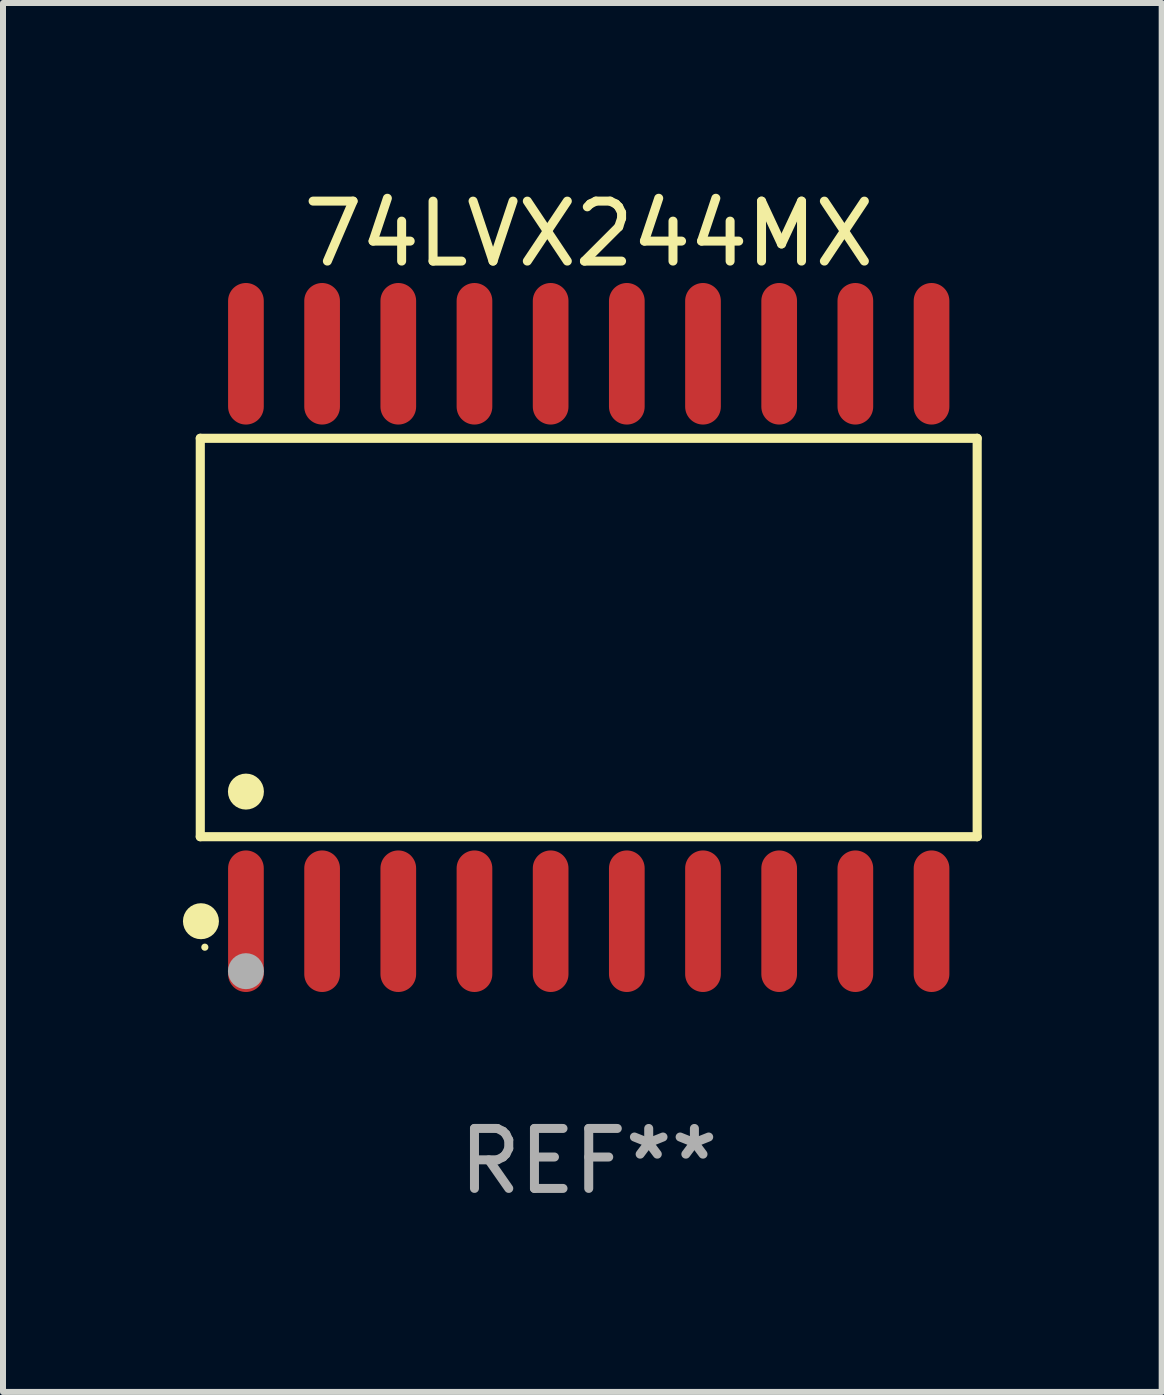
<source format=kicad_pcb>
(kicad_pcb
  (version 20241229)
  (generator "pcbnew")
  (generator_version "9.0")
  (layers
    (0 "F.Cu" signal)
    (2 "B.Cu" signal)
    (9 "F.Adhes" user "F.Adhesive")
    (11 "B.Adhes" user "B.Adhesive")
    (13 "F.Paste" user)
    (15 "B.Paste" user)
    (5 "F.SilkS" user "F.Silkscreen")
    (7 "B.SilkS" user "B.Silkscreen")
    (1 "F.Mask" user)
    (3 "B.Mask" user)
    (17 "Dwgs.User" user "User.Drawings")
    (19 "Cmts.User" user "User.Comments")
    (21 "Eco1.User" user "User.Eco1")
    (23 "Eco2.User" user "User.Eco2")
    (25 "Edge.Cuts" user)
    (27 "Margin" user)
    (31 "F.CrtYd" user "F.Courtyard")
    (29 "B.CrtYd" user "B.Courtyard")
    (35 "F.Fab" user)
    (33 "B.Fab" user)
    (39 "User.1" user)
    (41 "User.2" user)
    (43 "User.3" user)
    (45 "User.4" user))
  (footprint "74LVX244MX"
    (layer "F.Cu")
    (at 6.765 7.578)
    (property "Reference" "74LVX244MX" (at 0 -6.73 0) (layer "F.SilkS") (effects (font (size 1 1) (thickness 0.15))))
    (attr through_hole)
    (fp_line (start -6.476 -3.321) (end 6.476 -3.321) (stroke (width 0.152) (type solid)) (layer "F.SilkS"))
    (fp_line (start -6.476 3.321) (end -6.476 -3.321) (stroke (width 0.152) (type solid)) (layer "F.SilkS"))
    (fp_line (start 6.476 -3.321) (end 6.476 3.321) (stroke (width 0.152) (type solid)) (layer "F.SilkS"))
    (fp_line (start 6.476 3.321) (end -6.476 3.321) (stroke (width 0.152) (type solid)) (layer "F.SilkS"))
    (fp_circle (center -6.465 4.73) (end -6.315 4.73) (stroke (width 0.3) (type solid)) (fill no) (layer "F.SilkS"))
    (fp_circle (center -6.4 5.163) (end -6.37 5.163) (stroke (width 0.06) (type solid)) (fill no) (layer "F.SilkS"))
    (fp_circle (center -5.715 2.569) (end -5.565 2.569) (stroke (width 0.3) (type solid)) (fill no) (layer "F.SilkS"))
    (fp_circle (center -5.715 5.563) (end -5.565 5.563) (stroke (width 0.3) (type solid)) (fill no) (layer "F.Fab"))
    (fp_text user "REF**" (at 0 8.73 0) (layer "F.Fab") (effects (font (size 1 1) (thickness 0.15))))
    (pad "1" smd oval (at -5.715 4.73) (size 0.595 2.36) (layers "F.Cu" "F.Mask" "F.Paste"))
    (pad "2" smd oval (at -4.445 4.73) (size 0.595 2.36) (layers "F.Cu" "F.Mask" "F.Paste"))
    (pad "3" smd oval (at -3.175 4.73) (size 0.595 2.36) (layers "F.Cu" "F.Mask" "F.Paste"))
    (pad "4" smd oval (at -1.905 4.73) (size 0.595 2.36) (layers "F.Cu" "F.Mask" "F.Paste"))
    (pad "5" smd oval (at -0.635 4.73) (size 0.595 2.36) (layers "F.Cu" "F.Mask" "F.Paste"))
    (pad "6" smd oval (at 0.635 4.73) (size 0.595 2.36) (layers "F.Cu" "F.Mask" "F.Paste"))
    (pad "7" smd oval (at 1.905 4.73) (size 0.595 2.36) (layers "F.Cu" "F.Mask" "F.Paste"))
    (pad "8" smd oval (at 3.175 4.73) (size 0.595 2.36) (layers "F.Cu" "F.Mask" "F.Paste"))
    (pad "9" smd oval (at 4.445 4.73) (size 0.595 2.36) (layers "F.Cu" "F.Mask" "F.Paste"))
    (pad "10" smd oval (at 5.715 4.73) (size 0.595 2.36) (layers "F.Cu" "F.Mask" "F.Paste"))
    (pad "11" smd oval (at 5.715 -4.73) (size 0.595 2.36) (layers "F.Cu" "F.Mask" "F.Paste"))
    (pad "12" smd oval (at 4.445 -4.73) (size 0.595 2.36) (layers "F.Cu" "F.Mask" "F.Paste"))
    (pad "13" smd oval (at 3.175 -4.73) (size 0.595 2.36) (layers "F.Cu" "F.Mask" "F.Paste"))
    (pad "14" smd oval (at 1.905 -4.73) (size 0.595 2.36) (layers "F.Cu" "F.Mask" "F.Paste"))
    (pad "15" smd oval (at 0.635 -4.73) (size 0.595 2.36) (layers "F.Cu" "F.Mask" "F.Paste"))
    (pad "16" smd oval (at -0.635 -4.73) (size 0.595 2.36) (layers "F.Cu" "F.Mask" "F.Paste"))
    (pad "17" smd oval (at -1.905 -4.73) (size 0.595 2.36) (layers "F.Cu" "F.Mask" "F.Paste"))
    (pad "18" smd oval (at -3.175 -4.73) (size 0.595 2.36) (layers "F.Cu" "F.Mask" "F.Paste"))
    (pad "19" smd oval (at -4.445 -4.73) (size 0.595 2.36) (layers "F.Cu" "F.Mask" "F.Paste"))
    (pad "20" smd oval (at -5.715 -4.73) (size 0.595 2.36) (layers "F.Cu" "F.Mask" "F.Paste")))
  (gr_rect
    (start -3 -3)
    (end 16.317 20.156)
    (stroke (width 0.1) (type default))
    (fill no)
    (layer "Edge.Cuts")))
</source>
